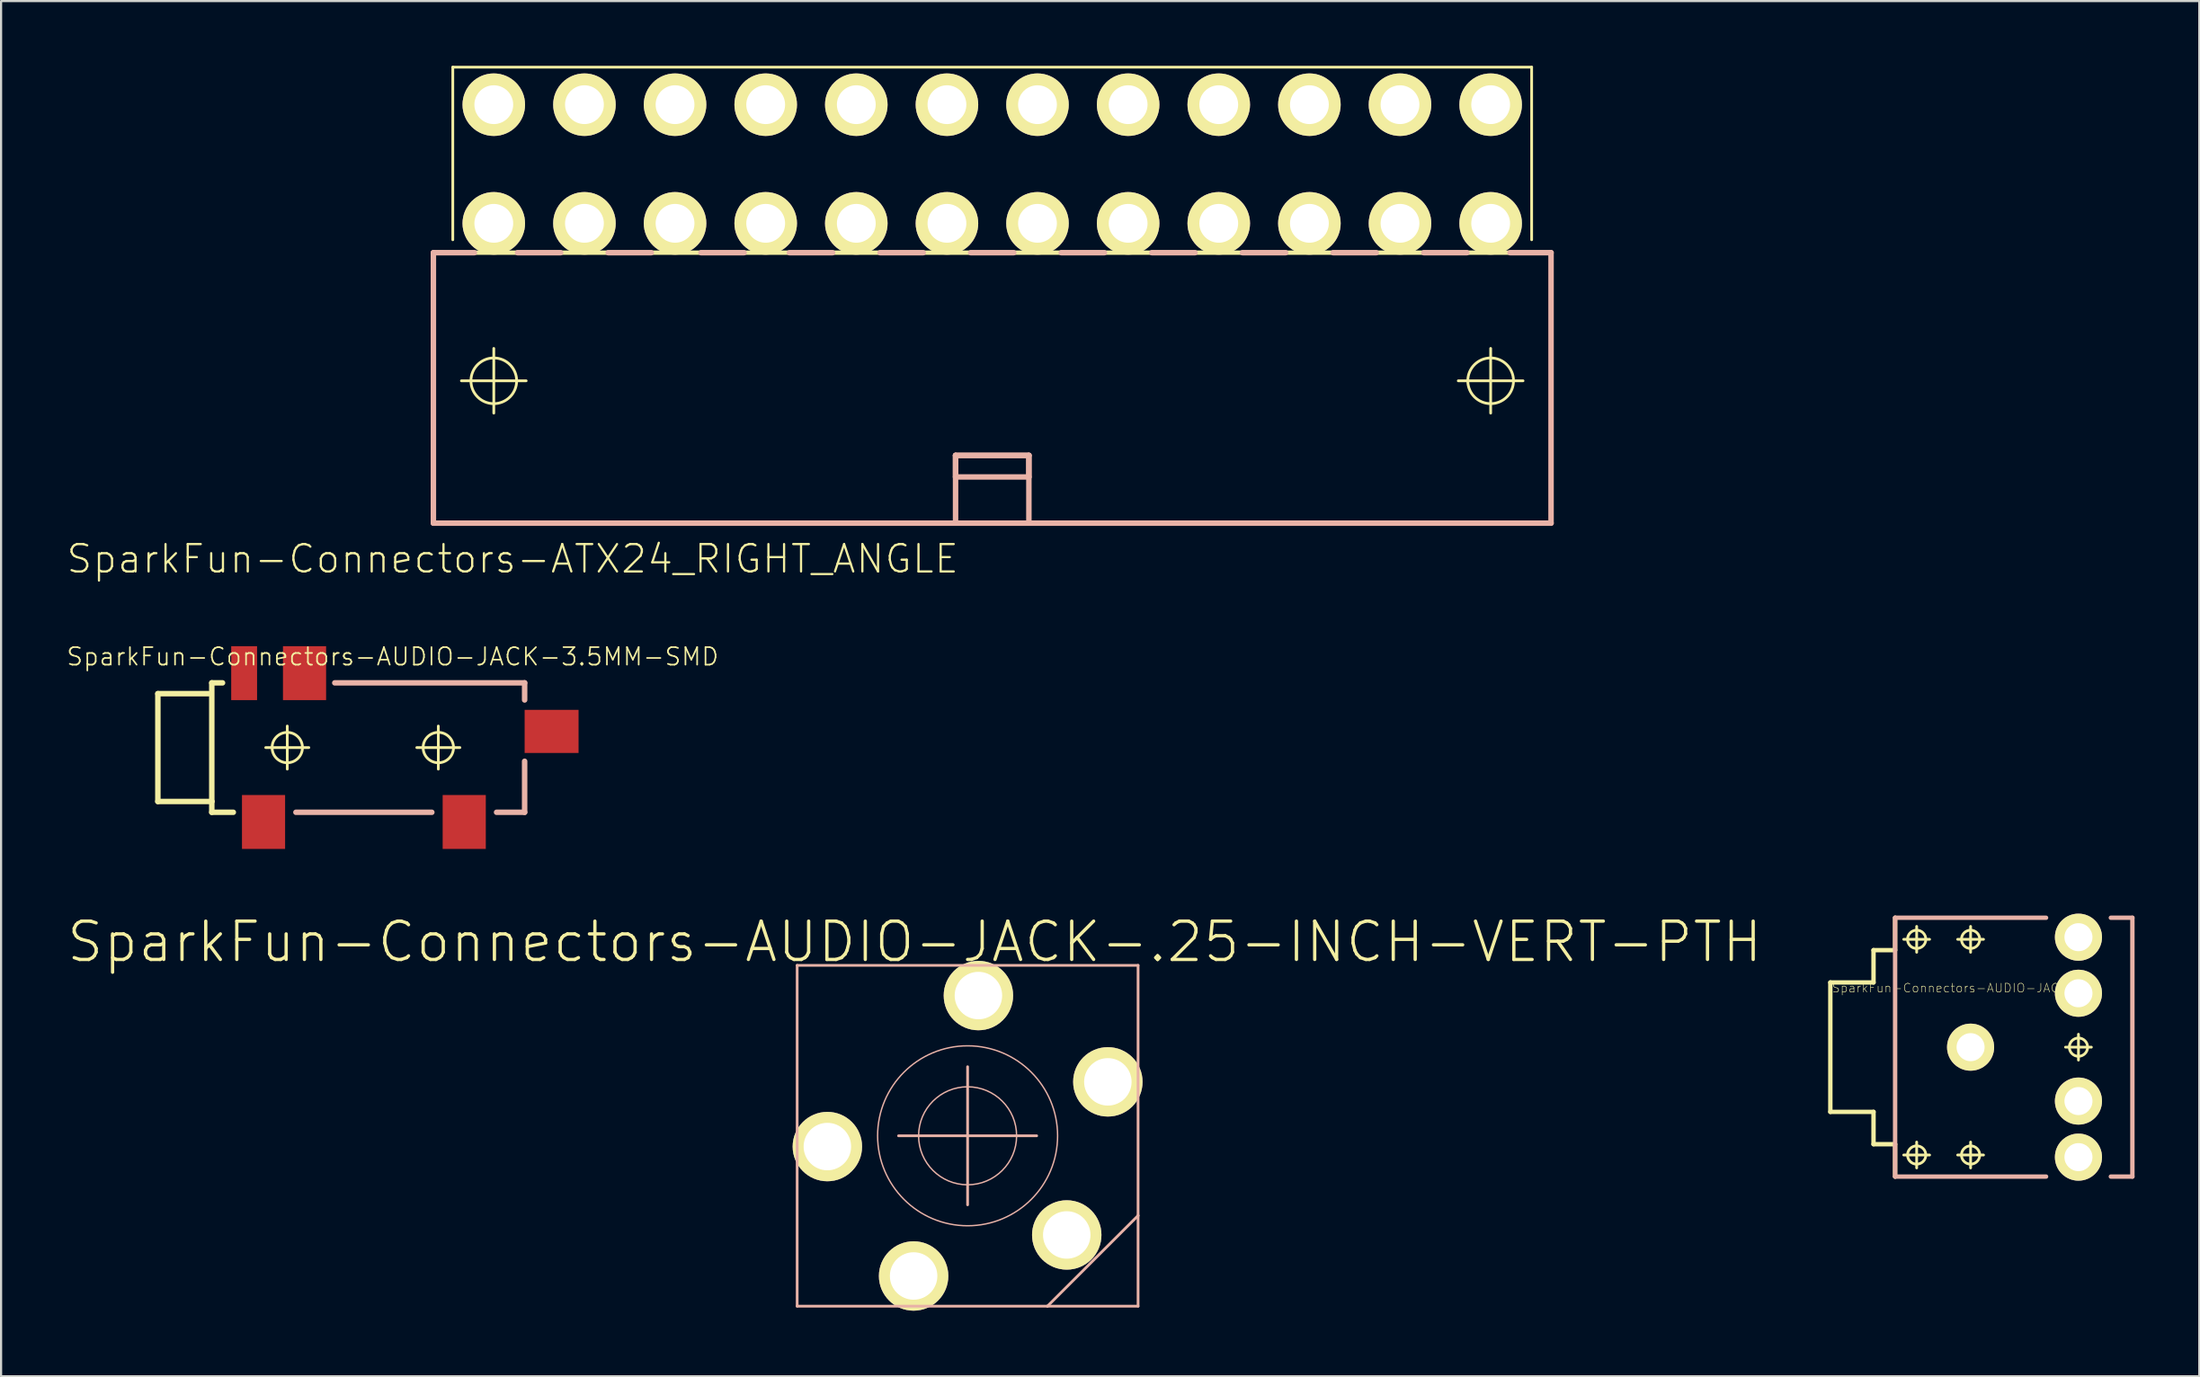
<source format=kicad_pcb>
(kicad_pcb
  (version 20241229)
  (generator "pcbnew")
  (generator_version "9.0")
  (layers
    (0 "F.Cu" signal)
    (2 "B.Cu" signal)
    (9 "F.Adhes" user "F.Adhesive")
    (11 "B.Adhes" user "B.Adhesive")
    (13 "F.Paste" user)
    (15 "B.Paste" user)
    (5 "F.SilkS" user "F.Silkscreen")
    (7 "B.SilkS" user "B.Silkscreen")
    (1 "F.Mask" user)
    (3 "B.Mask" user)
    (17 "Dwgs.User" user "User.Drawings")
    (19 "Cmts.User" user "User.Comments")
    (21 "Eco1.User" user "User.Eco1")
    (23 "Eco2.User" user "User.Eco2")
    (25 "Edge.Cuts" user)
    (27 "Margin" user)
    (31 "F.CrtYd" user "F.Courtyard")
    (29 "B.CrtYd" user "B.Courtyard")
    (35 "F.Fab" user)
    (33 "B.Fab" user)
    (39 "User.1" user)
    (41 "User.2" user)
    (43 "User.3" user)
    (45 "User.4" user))
  (footprint "SparkFun-Connectors-ATX24_RIGHT_ANGLE"
    (layer "F.Cu")
    (at 42.933 12.062)
    (property "Reference" "SparkFun-Connectors-ATX24_RIGHT_ANGLE" (at -22.225 10.795 0) (layer "F.SilkS") (effects (font (size 1.27 1.27) (thickness 0.102))))
    (attr exclude_from_pos_files exclude_from_bom)
    (fp_line (start -24.999 -11.999) (end 24.999 -11.999) (stroke (width 0.127) (type solid)) (layer "F.SilkS"))
    (fp_line (start -24.999 -3.998) (end -24.999 -11.999) (stroke (width 0.127) (type solid)) (layer "F.SilkS"))
    (fp_line (start -24.6 2.54) (end -21.598 2.54) (stroke (width 0.127) (type solid)) (layer "F.SilkS"))
    (fp_line (start -23.099 4.039) (end -23.099 1.039) (stroke (width 0.127) (type solid)) (layer "F.SilkS"))
    (fp_line (start 21.598 2.54) (end 24.6 2.54) (stroke (width 0.127) (type solid)) (layer "F.SilkS"))
    (fp_line (start 23.099 4.039) (end 23.099 1.039) (stroke (width 0.127) (type solid)) (layer "F.SilkS"))
    (fp_line (start 24.999 -11.999) (end 24.999 -3.998) (stroke (width 0.127) (type solid)) (layer "F.SilkS"))
    (fp_line (start 25.898 -3.399) (end -25.898 -3.399) (stroke (width 0.203) (type solid)) (layer "F.SilkS"))
    (fp_circle (center -23.099 2.54) (end -23.848 3.289) (stroke (width 0.127) (type solid)) (fill no) (layer "F.SilkS"))
    (fp_circle (center 23.099 2.54) (end 23.848 3.289) (stroke (width 0.127) (type solid)) (fill no) (layer "F.SilkS"))
    (fp_line (start -25.898 -3.399) (end -25.898 9.139) (stroke (width 0.254) (type solid)) (layer "B.SilkS"))
    (fp_line (start -25.898 -3.399) (end -23.998 -3.399) (stroke (width 0.254) (type solid)) (layer "B.SilkS"))
    (fp_line (start -25.898 9.139) (end 25.898 9.139) (stroke (width 0.254) (type solid)) (layer "B.SilkS"))
    (fp_line (start -20 -3.399) (end -21.999 -3.399) (stroke (width 0.254) (type solid)) (layer "B.SilkS"))
    (fp_line (start -15.799 -3.399) (end -17.798 -3.399) (stroke (width 0.254) (type solid)) (layer "B.SilkS"))
    (fp_line (start -11.499 -3.399) (end -13.498 -3.399) (stroke (width 0.254) (type solid)) (layer "B.SilkS"))
    (fp_line (start -7.399 -3.399) (end -9.398 -3.399) (stroke (width 0.254) (type solid)) (layer "B.SilkS"))
    (fp_line (start -3.198 -3.399) (end -5.199 -3.399) (stroke (width 0.254) (type solid)) (layer "B.SilkS"))
    (fp_line (start -1.699 5.999) (end -1.699 6.998) (stroke (width 0.254) (type solid)) (layer "B.SilkS"))
    (fp_line (start -1.699 5.999) (end 1.699 5.999) (stroke (width 0.254) (type solid)) (layer "B.SilkS"))
    (fp_line (start -1.699 6.998) (end 1.699 6.998) (stroke (width 0.254) (type solid)) (layer "B.SilkS"))
    (fp_line (start -1.699 8.999) (end -1.699 5.999) (stroke (width 0.254) (type solid)) (layer "B.SilkS"))
    (fp_line (start 0.998 -3.399) (end -0.998 -3.399) (stroke (width 0.254) (type solid)) (layer "B.SilkS"))
    (fp_line (start 1.699 5.999) (end -1.699 5.999) (stroke (width 0.254) (type solid)) (layer "B.SilkS"))
    (fp_line (start 1.699 5.999) (end 1.699 8.999) (stroke (width 0.254) (type solid)) (layer "B.SilkS"))
    (fp_line (start 1.699 6.998) (end 1.699 5.999) (stroke (width 0.254) (type solid)) (layer "B.SilkS"))
    (fp_line (start 5.199 -3.399) (end 3.198 -3.399) (stroke (width 0.254) (type solid)) (layer "B.SilkS"))
    (fp_line (start 9.398 -3.399) (end 7.399 -3.399) (stroke (width 0.254) (type solid)) (layer "B.SilkS"))
    (fp_line (start 13.599 -3.399) (end 11.598 -3.399) (stroke (width 0.254) (type solid)) (layer "B.SilkS"))
    (fp_line (start 17.798 -3.399) (end 15.799 -3.399) (stroke (width 0.254) (type solid)) (layer "B.SilkS"))
    (fp_line (start 21.999 -3.399) (end 20 -3.399) (stroke (width 0.254) (type solid)) (layer "B.SilkS"))
    (fp_line (start 25.898 -3.399) (end 23.998 -3.399) (stroke (width 0.254) (type solid)) (layer "B.SilkS"))
    (fp_line (start 25.898 9.139) (end 25.898 -3.399) (stroke (width 0.254) (type solid)) (layer "B.SilkS"))
    (pad "1" thru_hole circle (at 23.099 -4.76) (size 2.898 2.898) (drill 1.798) (layers "*.Cu" "F.Mask" "F.SilkS" "F.Paste"))
    (pad "2" thru_hole circle (at 18.898 -4.76) (size 2.898 2.898) (drill 1.798) (layers "*.Cu" "F.Mask" "F.SilkS" "F.Paste"))
    (pad "3" thru_hole circle (at 14.699 -4.76) (size 2.898 2.898) (drill 1.798) (layers "*.Cu" "F.Mask" "F.SilkS" "F.Paste"))
    (pad "4" thru_hole circle (at 10.498 -4.76) (size 2.898 2.898) (drill 1.798) (layers "*.Cu" "F.Mask" "F.SilkS" "F.Paste"))
    (pad "5" thru_hole circle (at 6.299 -4.76) (size 2.898 2.898) (drill 1.798) (layers "*.Cu" "F.Mask" "F.SilkS" "F.Paste"))
    (pad "6" thru_hole circle (at 2.098 -4.76) (size 2.898 2.898) (drill 1.798) (layers "*.Cu" "F.Mask" "F.SilkS" "F.Paste"))
    (pad "7" thru_hole circle (at -2.098 -4.76) (size 2.898 2.898) (drill 1.798) (layers "*.Cu" "F.Mask" "F.SilkS" "F.Paste"))
    (pad "8" thru_hole circle (at -6.299 -4.76) (size 2.898 2.898) (drill 1.798) (layers "*.Cu" "F.Mask" "F.SilkS" "F.Paste"))
    (pad "9" thru_hole circle (at -10.498 -4.76) (size 2.898 2.898) (drill 1.798) (layers "*.Cu" "F.Mask" "F.SilkS" "F.Paste"))
    (pad "10" thru_hole circle (at -14.699 -4.76) (size 2.898 2.898) (drill 1.798) (layers "*.Cu" "F.Mask" "F.SilkS" "F.Paste"))
    (pad "11" thru_hole circle (at -18.898 -4.76) (size 2.898 2.898) (drill 1.798) (layers "*.Cu" "F.Mask" "F.SilkS" "F.Paste"))
    (pad "12" thru_hole circle (at -23.099 -4.76) (size 2.898 2.898) (drill 1.798) (layers "*.Cu" "F.Mask" "F.SilkS" "F.Paste"))
    (pad "13" thru_hole circle (at 23.099 -10.259) (size 2.898 2.898) (drill 1.798) (layers "*.Cu" "F.Mask" "F.SilkS" "F.Paste"))
    (pad "14" thru_hole circle (at 18.898 -10.259) (size 2.898 2.898) (drill 1.798) (layers "*.Cu" "F.Mask" "F.SilkS" "F.Paste"))
    (pad "15" thru_hole circle (at 14.699 -10.259) (size 2.898 2.898) (drill 1.798) (layers "*.Cu" "F.Mask" "F.SilkS" "F.Paste"))
    (pad "16" thru_hole circle (at 10.498 -10.259) (size 2.898 2.898) (drill 1.798) (layers "*.Cu" "F.Mask" "F.SilkS" "F.Paste"))
    (pad "17" thru_hole circle (at 6.299 -10.259) (size 2.898 2.898) (drill 1.798) (layers "*.Cu" "F.Mask" "F.SilkS" "F.Paste"))
    (pad "18" thru_hole circle (at 2.098 -10.259) (size 2.898 2.898) (drill 1.798) (layers "*.Cu" "F.Mask" "F.SilkS" "F.Paste"))
    (pad "19" thru_hole circle (at -2.098 -10.259) (size 2.898 2.898) (drill 1.798) (layers "*.Cu" "F.Mask" "F.SilkS" "F.Paste"))
    (pad "20" thru_hole circle (at -6.299 -10.259) (size 2.898 2.898) (drill 1.798) (layers "*.Cu" "F.Mask" "F.SilkS" "F.Paste"))
    (pad "21" thru_hole circle (at -10.498 -10.259) (size 2.898 2.898) (drill 1.798) (layers "*.Cu" "F.Mask" "F.SilkS" "F.Paste"))
    (pad "22" thru_hole circle (at -14.699 -10.259) (size 2.898 2.898) (drill 1.798) (layers "*.Cu" "F.Mask" "F.SilkS" "F.Paste"))
    (pad "23" thru_hole circle (at -18.898 -10.259) (size 2.898 2.898) (drill 1.798) (layers "*.Cu" "F.Mask" "F.SilkS" "F.Paste"))
    (pad "24" thru_hole circle (at -23.099 -10.259) (size 2.898 2.898) (drill 1.798) (layers "*.Cu" "F.Mask" "F.SilkS" "F.Paste")))
  (footprint "SparkFun-Connectors-AUDIO-JACK-KIT"
    (layer "F.Cu")
    (at 88.274 45.492)
    (property "Reference" "SparkFun-Connectors-AUDIO-JACK-KIT" (at -0.254 -2.743 0) (layer "F.SilkS") (effects (font (size 0.406 0.406) (thickness 0.025))))
    (attr exclude_from_pos_files exclude_from_bom)
    (fp_line (start -6.5 -3) (end -6.5 3) (stroke (width 0.203) (type solid)) (layer "F.SilkS"))
    (fp_line (start -6.5 -3) (end -4.498 -3) (stroke (width 0.203) (type solid)) (layer "F.SilkS"))
    (fp_line (start -6.5 3) (end -4.498 3) (stroke (width 0.203) (type solid)) (layer "F.SilkS"))
    (fp_line (start -4.498 -4.498) (end -4.498 -3) (stroke (width 0.203) (type solid)) (layer "F.SilkS"))
    (fp_line (start -4.498 -4.498) (end -3.498 -4.498) (stroke (width 0.203) (type solid)) (layer "F.SilkS"))
    (fp_line (start -4.498 3) (end -4.498 4.498) (stroke (width 0.203) (type solid)) (layer "F.SilkS"))
    (fp_line (start -4.498 4.498) (end -3.498 4.498) (stroke (width 0.203) (type solid)) (layer "F.SilkS"))
    (fp_line (start -3.498 -5.999) (end -3.498 -4.498) (stroke (width 0.203) (type solid)) (layer "F.SilkS"))
    (fp_line (start -3.498 4.498) (end -3.498 5.999) (stroke (width 0.203) (type solid)) (layer "F.SilkS"))
    (fp_line (start -3.099 -4.999) (end -1.9 -4.999) (stroke (width 0.127) (type solid)) (layer "F.SilkS"))
    (fp_line (start -3.099 4.999) (end -1.9 4.999) (stroke (width 0.127) (type solid)) (layer "F.SilkS"))
    (fp_line (start -2.499 -4.399) (end -2.499 -5.598) (stroke (width 0.127) (type solid)) (layer "F.SilkS"))
    (fp_line (start -2.499 5.598) (end -2.499 4.399) (stroke (width 0.127) (type solid)) (layer "F.SilkS"))
    (fp_line (start -0.599 -4.999) (end 0.599 -4.999) (stroke (width 0.127) (type solid)) (layer "F.SilkS"))
    (fp_line (start -0.599 4.999) (end 0.599 4.999) (stroke (width 0.127) (type solid)) (layer "F.SilkS"))
    (fp_line (start 0 -4.399) (end 0 -5.598) (stroke (width 0.127) (type solid)) (layer "F.SilkS"))
    (fp_line (start 0 5.598) (end 0 4.399) (stroke (width 0.127) (type solid)) (layer "F.SilkS"))
    (fp_line (start 4.399 0) (end 5.598 0) (stroke (width 0.127) (type solid)) (layer "F.SilkS"))
    (fp_line (start 4.999 0.599) (end 4.999 -0.599) (stroke (width 0.127) (type solid)) (layer "F.SilkS"))
    (fp_circle (center -2.499 -4.999) (end -2.799 -5.298) (stroke (width 0.127) (type solid)) (fill no) (layer "F.SilkS"))
    (fp_circle (center -2.499 4.999) (end -2.799 5.298) (stroke (width 0.127) (type solid)) (fill no) (layer "F.SilkS"))
    (fp_circle (center 0 -4.999) (end -0.3 -5.298) (stroke (width 0.127) (type solid)) (fill no) (layer "F.SilkS"))
    (fp_circle (center 0 0) (end -0.61 0.61) (stroke (width 0) (type solid)) (fill yes) (layer "F.SilkS"))
    (fp_circle (center 0 0) (end -0.33 0.33) (stroke (width 0) (type solid)) (fill yes) (layer "F.SilkS"))
    (fp_circle (center 0 4.999) (end -0.3 5.298) (stroke (width 0.127) (type solid)) (fill no) (layer "F.SilkS"))
    (fp_circle (center 4.999 -5.098) (end 5.329 -5.428) (stroke (width 0) (type solid)) (fill yes) (layer "F.SilkS"))
    (fp_circle (center 4.999 -5.098) (end 5.608 -5.707) (stroke (width 0) (type solid)) (fill yes) (layer "F.SilkS"))
    (fp_circle (center 4.999 -2.499) (end 5.329 -2.83) (stroke (width 0) (type solid)) (fill yes) (layer "F.SilkS"))
    (fp_circle (center 4.999 -2.499) (end 5.608 -3.109) (stroke (width 0) (type solid)) (fill yes) (layer "F.SilkS"))
    (fp_circle (center 4.999 0) (end 5.298 0.3) (stroke (width 0.127) (type solid)) (fill no) (layer "F.SilkS"))
    (fp_circle (center 4.999 2.499) (end 5.329 2.83) (stroke (width 0) (type solid)) (fill yes) (layer "F.SilkS"))
    (fp_circle (center 4.999 2.499) (end 5.608 3.109) (stroke (width 0) (type solid)) (fill yes) (layer "F.SilkS"))
    (fp_circle (center 4.999 5.098) (end 5.329 5.428) (stroke (width 0) (type solid)) (fill yes) (layer "F.SilkS"))
    (fp_circle (center 4.999 5.098) (end 5.608 5.707) (stroke (width 0) (type solid)) (fill yes) (layer "F.SilkS"))
    (fp_line (start -3.498 -5.999) (end -3.498 5.999) (stroke (width 0.203) (type solid)) (layer "B.SilkS"))
    (fp_line (start -3.498 -5.999) (end 3.498 -5.999) (stroke (width 0.203) (type solid)) (layer "B.SilkS"))
    (fp_line (start -3.498 5.999) (end 3.498 5.999) (stroke (width 0.203) (type solid)) (layer "B.SilkS"))
    (fp_line (start 7.498 -5.999) (end 6.5 -5.999) (stroke (width 0.203) (type solid)) (layer "B.SilkS"))
    (fp_line (start 7.498 -5.999) (end 7.498 5.999) (stroke (width 0.203) (type solid)) (layer "B.SilkS"))
    (fp_line (start 7.498 5.999) (end 6.5 5.999) (stroke (width 0.203) (type solid)) (layer "B.SilkS"))
    (pad "RING" thru_hole circle (at 4.999 -5.098) (size 2.182 2.182) (drill 1.298) (layers "*.Cu" "F.Mask" "F.SilkS" "F.Paste"))
    (pad "RSH" thru_hole circle (at 4.999 -2.499) (size 2.182 2.182) (drill 1.298) (layers "*.Cu" "F.Mask" "F.SilkS" "F.Paste"))
    (pad "SLEE" thru_hole circle (at 0 0) (size 2.182 2.182) (drill 1.298) (layers "*.Cu" "F.Mask" "F.SilkS" "F.Paste"))
    (pad "TIP" thru_hole circle (at 4.999 5.098) (size 2.182 2.182) (drill 1.298) (layers "*.Cu" "F.Mask" "F.SilkS" "F.Paste"))
    (pad "TSH" thru_hole circle (at 4.999 2.499) (size 2.182 2.182) (drill 1.298) (layers "*.Cu" "F.Mask" "F.SilkS" "F.Paste")))
  (footprint "SparkFun-Connectors-AUDIO-JACK-.25-INCH-VERT-PTH"
    (layer "F.Cu")
    (at 33.893 57.499)
    (property "Reference" "SparkFun-Connectors-AUDIO-JACK-.25-INCH-VERT-PTH" (at 5.443 -16.888 0) (layer "F.SilkS") (effects (font (size 1.778 1.778) (thickness 0.152))))
    (attr exclude_from_pos_files exclude_from_bom)
    (fp_line (start 0 -15.799) (end 0 0) (stroke (width 0.127) (type solid)) (layer "B.SilkS"))
    (fp_line (start 0 0) (end 11.598 0) (stroke (width 0.127) (type solid)) (layer "B.SilkS"))
    (fp_line (start 4.699 -7.899) (end 11.1 -7.899) (stroke (width 0.127) (type solid)) (layer "B.SilkS"))
    (fp_line (start 7.899 -11.1) (end 7.899 -4.699) (stroke (width 0.127) (type solid)) (layer "B.SilkS"))
    (fp_line (start 11.598 0) (end 15.799 -4.199) (stroke (width 0.127) (type solid)) (layer "B.SilkS"))
    (fp_line (start 11.598 0) (end 15.799 0) (stroke (width 0.127) (type solid)) (layer "B.SilkS"))
    (fp_line (start 15.799 -15.799) (end 0 -15.799) (stroke (width 0.127) (type solid)) (layer "B.SilkS"))
    (fp_line (start 15.799 -4.199) (end 15.799 -15.799) (stroke (width 0.127) (type solid)) (layer "B.SilkS"))
    (fp_line (start 15.799 0) (end 15.799 -4.199) (stroke (width 0.127) (type solid)) (layer "B.SilkS"))
    (fp_circle (center 7.899 -7.899) (end 9.505 -9.505) (stroke (width 0.064) (type solid)) (fill no) (layer "B.SilkS"))
    (fp_circle (center 7.899 -7.899) (end 10.848 -10.848) (stroke (width 0.064) (type solid)) (fill no) (layer "B.SilkS"))
    (pad "RING" thru_hole circle (at 8.4 -14.399) (size 3.216 3.216) (drill 2.2) (layers "*.Cu" "F.Mask" "F.SilkS" "F.Paste"))
    (pad "RING" thru_hole circle (at 14.399 -10.399) (size 3.216 3.216) (drill 2.2) (layers "*.Cu" "F.Mask" "F.SilkS" "F.Paste"))
    (pad "SLEE" thru_hole circle (at 12.494 -3.302) (size 3.216 3.216) (drill 2.2) (layers "*.Cu" "F.Mask" "F.SilkS" "F.Paste"))
    (pad "TIP" thru_hole circle (at 1.4 -7.399) (size 3.216 3.216) (drill 2.2) (layers "*.Cu" "F.Mask" "F.SilkS" "F.Paste"))
    (pad "TIP-" thru_hole circle (at 5.397 -1.4) (size 3.216 3.216) (drill 2.2) (layers "*.Cu" "F.Mask" "F.SilkS" "F.Paste")))
  (footprint "SparkFun-Connectors-AUDIO-JACK-3.5MM-SMD"
    (layer "F.Cu")
    (at 6.765 31.604)
    (property "Reference" "SparkFun-Connectors-AUDIO-JACK-3.5MM-SMD" (at 8.382 -4.216 0) (layer "F.SilkS") (effects (font (size 0.813 0.813) (thickness 0.076))))
    (attr smd)
    (fp_line (start -2.499 -2.499) (end -2.499 2.499) (stroke (width 0.254) (type solid)) (layer "F.SilkS"))
    (fp_line (start -2.499 2.499) (end 0 2.499) (stroke (width 0.254) (type solid)) (layer "F.SilkS"))
    (fp_line (start -0.152 -2.499) (end -2.499 -2.499) (stroke (width 0.254) (type solid)) (layer "F.SilkS"))
    (fp_line (start 0 -3) (end 0 2.499) (stroke (width 0.254) (type solid)) (layer "F.SilkS"))
    (fp_line (start 0 2.499) (end 0 3) (stroke (width 0.254) (type solid)) (layer "F.SilkS"))
    (fp_line (start 0 3) (end 0.998 3) (stroke (width 0.254) (type solid)) (layer "F.SilkS"))
    (fp_line (start 0.498 -3) (end 0 -3) (stroke (width 0.254) (type solid)) (layer "F.SilkS"))
    (fp_line (start 2.499 0) (end 4.498 0) (stroke (width 0.127) (type solid)) (layer "F.SilkS"))
    (fp_line (start 3.498 0.998) (end 3.498 -0.998) (stroke (width 0.127) (type solid)) (layer "F.SilkS"))
    (fp_line (start 9.5 0) (end 11.499 0) (stroke (width 0.127) (type solid)) (layer "F.SilkS"))
    (fp_line (start 10.498 0.998) (end 10.498 -0.998) (stroke (width 0.127) (type solid)) (layer "F.SilkS"))
    (fp_circle (center 3.498 0) (end 3.995 0.498) (stroke (width 0.127) (type solid)) (fill no) (layer "F.SilkS"))
    (fp_circle (center 10.498 0) (end 10.996 0.498) (stroke (width 0.127) (type solid)) (fill no) (layer "F.SilkS"))
    (fp_line (start 3.899 3) (end 10.198 3) (stroke (width 0.254) (type solid)) (layer "B.SilkS"))
    (fp_line (start 14.498 -3) (end 5.7 -3) (stroke (width 0.254) (type solid)) (layer "B.SilkS"))
    (fp_line (start 14.498 -2.207) (end 14.498 -3) (stroke (width 0.254) (type solid)) (layer "B.SilkS"))
    (fp_line (start 14.498 0.635) (end 14.498 3) (stroke (width 0.254) (type solid)) (layer "B.SilkS"))
    (fp_line (start 14.498 3) (end 13.198 3) (stroke (width 0.254) (type solid)) (layer "B.SilkS"))
    (pad "RING" smd rect (at 4.298 -3.449) (size 1.999 2.499) (layers "F.Cu" "F.Mask" "F.Paste"))
    (pad "RSH" smd rect (at 1.499 -3.449 180) (size 1.199 2.499) (layers "F.Cu" "F.Mask" "F.Paste"))
    (pad "SLEE" smd rect (at 2.398 3.449) (size 1.999 2.499) (layers "F.Cu" "F.Mask" "F.Paste"))
    (pad "TIP" smd rect (at 11.699 3.449) (size 1.999 2.499) (layers "F.Cu" "F.Mask" "F.Paste"))
    (pad "TSH" smd rect (at 15.748 -0.749 90) (size 1.999 2.499) (layers "F.Cu" "F.Mask" "F.Paste")))
  (gr_rect
    (start -3 -3)
    (end 98.873 60.749)
    (stroke (width 0.1) (type default))
    (fill no)
    (layer "Edge.Cuts")))
</source>
